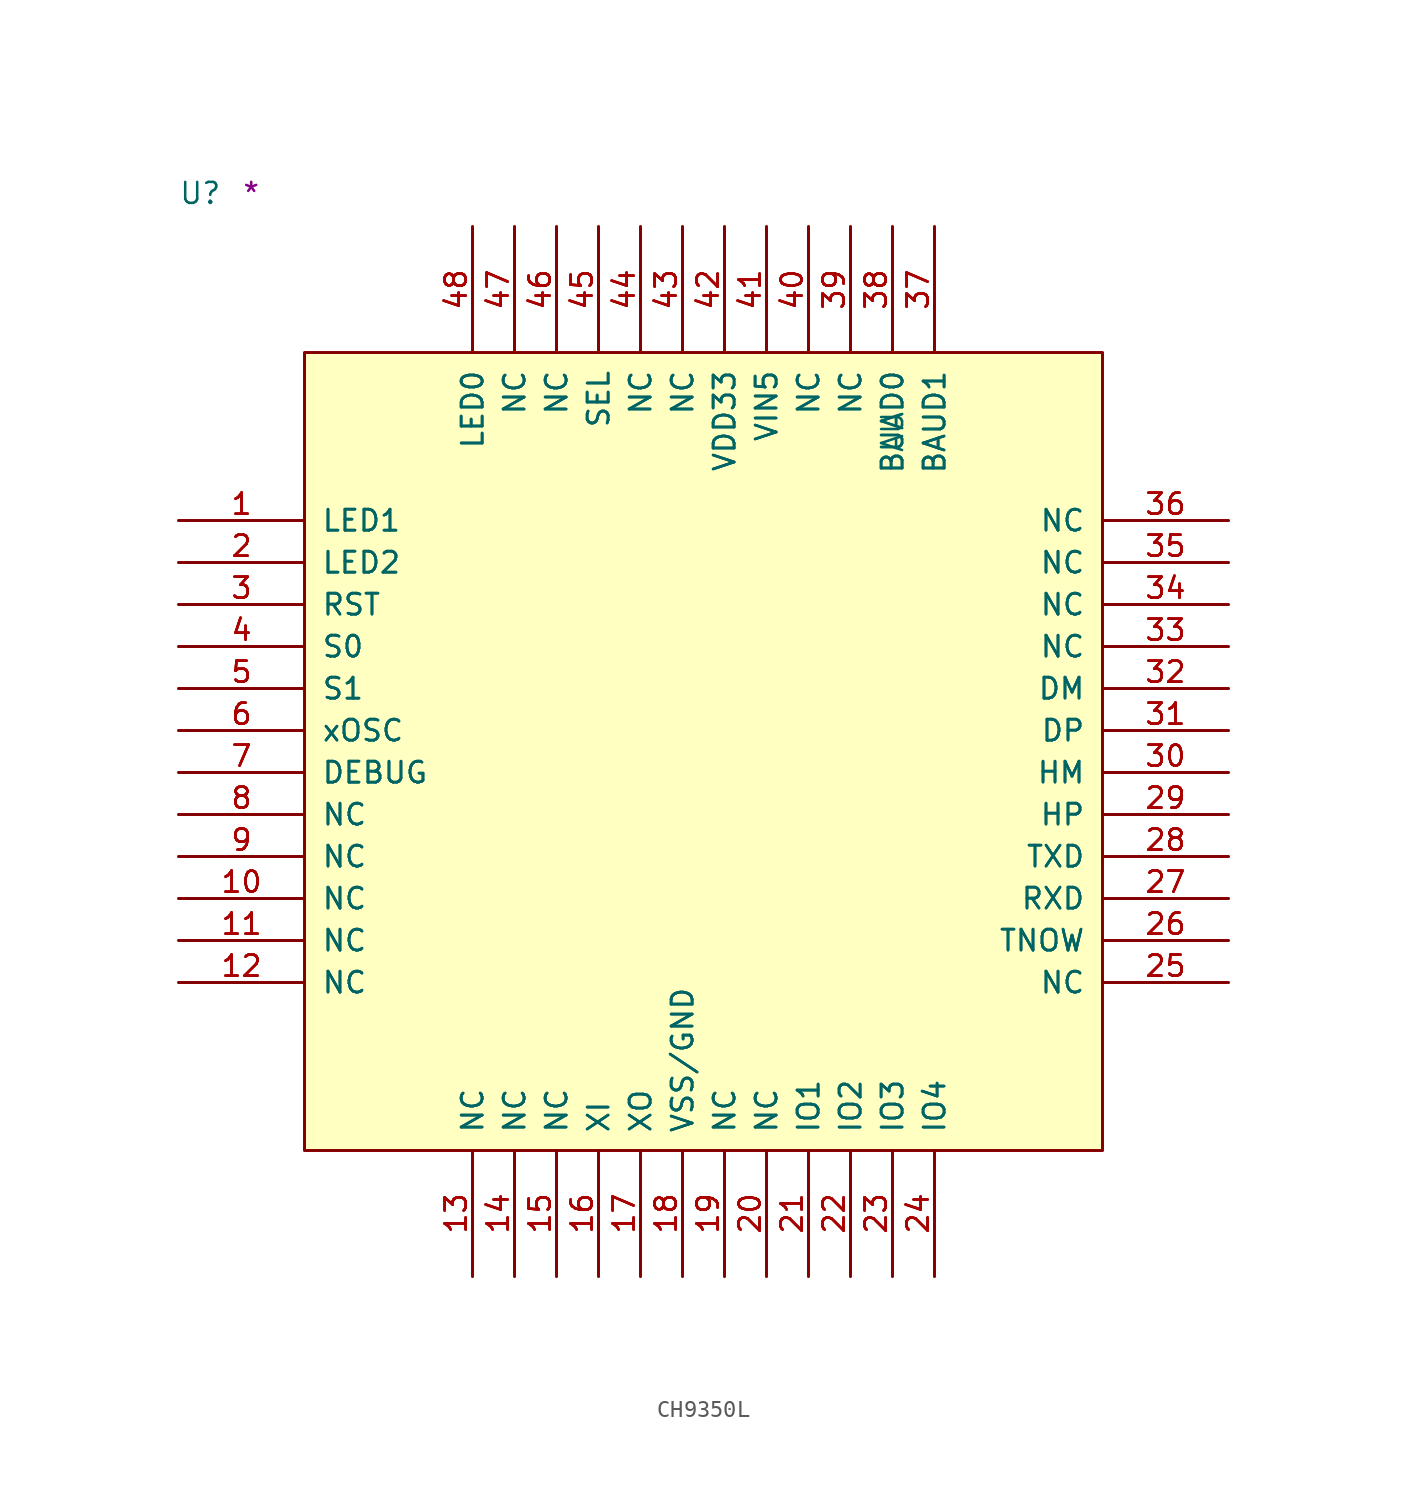
<source format=kicad_sym>
(kicad_symbol_lib
  (version 20211014)
  (generator kicad_symbol_editor)
  (symbol "CH9350L"
    (pin_names
      (offset 1.016))
    (property "Reference" "U"
      (at -7.62 8.89 0)
      (effects (font (size 1.27 1.27)) (justify left bottom)))
    (property "Comment" "*"
      (at -3.81 8.89 0)
      (effects (font (size 1.27 1.27)) (justify left bottom)))
    (symbol "CH9350L_1_1"
      (rectangle (start 0 -48.26) (end 48.26 0) (stroke (width 0) (type default) (color 0 0 0 0)) (fill (type background)))
      (rectangle (start 0 -48.26) (end 48.26 0) (stroke (width 0) (type default) (color 0 0 0 0)) (fill (type background)))
      (rectangle (start 0 -48.26) (end 48.26 0) (stroke (width 0) (type default) (color 0 0 0 0)) (fill (type background)))
      (pin bidirectional line (at -7.62 -10.16 0) (length 7.62) (name "LED1" (effects (font (size 1.27 1.27)))) (number "1" (effects (font (size 1.27 1.27)))))
      (pin bidirectional line (at -7.62 -10.16 0) (length 7.62) (name "LED1" (effects (font (size 1.27 1.27)))) (number "1" (effects (font (size 1.27 1.27)))))
      (pin bidirectional line (at -7.62 -10.16 0) (length 7.62) (name "LED1" (effects (font (size 1.27 1.27)))) (number "1" (effects (font (size 1.27 1.27)))))
      (pin bidirectional line (at -7.62 -33.02 0) (length 7.62) (name "NC" (effects (font (size 1.27 1.27)))) (number "10" (effects (font (size 1.27 1.27)))))
      (pin bidirectional line (at -7.62 -33.02 0) (length 7.62) (name "NC" (effects (font (size 1.27 1.27)))) (number "10" (effects (font (size 1.27 1.27)))))
      (pin bidirectional line (at -7.62 -33.02 0) (length 7.62) (name "NC" (effects (font (size 1.27 1.27)))) (number "10" (effects (font (size 1.27 1.27)))))
      (pin bidirectional line (at -7.62 -35.56 0) (length 7.62) (name "NC" (effects (font (size 1.27 1.27)))) (number "11" (effects (font (size 1.27 1.27)))))
      (pin bidirectional line (at -7.62 -35.56 0) (length 7.62) (name "NC" (effects (font (size 1.27 1.27)))) (number "11" (effects (font (size 1.27 1.27)))))
      (pin bidirectional line (at -7.62 -35.56 0) (length 7.62) (name "NC" (effects (font (size 1.27 1.27)))) (number "11" (effects (font (size 1.27 1.27)))))
      (pin bidirectional line (at -7.62 -38.1 0) (length 7.62) (name "NC" (effects (font (size 1.27 1.27)))) (number "12" (effects (font (size 1.27 1.27)))))
      (pin bidirectional line (at -7.62 -38.1 0) (length 7.62) (name "NC" (effects (font (size 1.27 1.27)))) (number "12" (effects (font (size 1.27 1.27)))))
      (pin bidirectional line (at -7.62 -38.1 0) (length 7.62) (name "NC" (effects (font (size 1.27 1.27)))) (number "12" (effects (font (size 1.27 1.27)))))
      (pin passive line (at 10.16 -55.88 90) (length 7.62) (name "NC" (effects (font (size 1.27 1.27)))) (number "13" (effects (font (size 1.27 1.27)))))
      (pin passive line (at 10.16 -55.88 90) (length 7.62) (name "NC" (effects (font (size 1.27 1.27)))) (number "13" (effects (font (size 1.27 1.27)))))
      (pin passive line (at 10.16 -55.88 90) (length 7.62) (name "NC" (effects (font (size 1.27 1.27)))) (number "13" (effects (font (size 1.27 1.27)))))
      (pin passive line (at 12.7 -55.88 90) (length 7.62) (name "NC" (effects (font (size 1.27 1.27)))) (number "14" (effects (font (size 1.27 1.27)))))
      (pin passive line (at 12.7 -55.88 90) (length 7.62) (name "NC" (effects (font (size 1.27 1.27)))) (number "14" (effects (font (size 1.27 1.27)))))
      (pin passive line (at 12.7 -55.88 90) (length 7.62) (name "NC" (effects (font (size 1.27 1.27)))) (number "14" (effects (font (size 1.27 1.27)))))
      (pin passive line (at 15.24 -55.88 90) (length 7.62) (name "NC" (effects (font (size 1.27 1.27)))) (number "15" (effects (font (size 1.27 1.27)))))
      (pin passive line (at 15.24 -55.88 90) (length 7.62) (name "NC" (effects (font (size 1.27 1.27)))) (number "15" (effects (font (size 1.27 1.27)))))
      (pin passive line (at 15.24 -55.88 90) (length 7.62) (name "NC" (effects (font (size 1.27 1.27)))) (number "15" (effects (font (size 1.27 1.27)))))
      (pin bidirectional line (at 17.78 -55.88 90) (length 7.62) (name "XI" (effects (font (size 1.27 1.27)))) (number "16" (effects (font (size 1.27 1.27)))))
      (pin bidirectional line (at 17.78 -55.88 90) (length 7.62) (name "XI" (effects (font (size 1.27 1.27)))) (number "16" (effects (font (size 1.27 1.27)))))
      (pin bidirectional line (at 17.78 -55.88 90) (length 7.62) (name "XI" (effects (font (size 1.27 1.27)))) (number "16" (effects (font (size 1.27 1.27)))))
      (pin bidirectional line (at 20.32 -55.88 90) (length 7.62) (name "XO" (effects (font (size 1.27 1.27)))) (number "17" (effects (font (size 1.27 1.27)))))
      (pin bidirectional line (at 20.32 -55.88 90) (length 7.62) (name "XO" (effects (font (size 1.27 1.27)))) (number "17" (effects (font (size 1.27 1.27)))))
      (pin bidirectional line (at 20.32 -55.88 90) (length 7.62) (name "XO" (effects (font (size 1.27 1.27)))) (number "17" (effects (font (size 1.27 1.27)))))
      (pin power_in line (at 22.86 -55.88 90) (length 7.62) (name "VSS/GND" (effects (font (size 1.27 1.27)))) (number "18" (effects (font (size 1.27 1.27)))))
      (pin power_in line (at 22.86 -55.88 90) (length 7.62) (name "VSS/GND" (effects (font (size 1.27 1.27)))) (number "18" (effects (font (size 1.27 1.27)))))
      (pin power_in line (at 22.86 -55.88 90) (length 7.62) (name "VSS/GND" (effects (font (size 1.27 1.27)))) (number "18" (effects (font (size 1.27 1.27)))))
      (pin passive line (at 25.4 -55.88 90) (length 7.62) (name "NC" (effects (font (size 1.27 1.27)))) (number "19" (effects (font (size 1.27 1.27)))))
      (pin passive line (at 25.4 -55.88 90) (length 7.62) (name "NC" (effects (font (size 1.27 1.27)))) (number "19" (effects (font (size 1.27 1.27)))))
      (pin passive line (at 25.4 -55.88 90) (length 7.62) (name "NC" (effects (font (size 1.27 1.27)))) (number "19" (effects (font (size 1.27 1.27)))))
      (pin bidirectional line (at -7.62 -12.7 0) (length 7.62) (name "LED2" (effects (font (size 1.27 1.27)))) (number "2" (effects (font (size 1.27 1.27)))))
      (pin bidirectional line (at -7.62 -12.7 0) (length 7.62) (name "LED2" (effects (font (size 1.27 1.27)))) (number "2" (effects (font (size 1.27 1.27)))))
      (pin bidirectional line (at -7.62 -12.7 0) (length 7.62) (name "LED2" (effects (font (size 1.27 1.27)))) (number "2" (effects (font (size 1.27 1.27)))))
      (pin passive line (at 27.94 -55.88 90) (length 7.62) (name "NC" (effects (font (size 1.27 1.27)))) (number "20" (effects (font (size 1.27 1.27)))))
      (pin passive line (at 27.94 -55.88 90) (length 7.62) (name "NC" (effects (font (size 1.27 1.27)))) (number "20" (effects (font (size 1.27 1.27)))))
      (pin passive line (at 27.94 -55.88 90) (length 7.62) (name "NC" (effects (font (size 1.27 1.27)))) (number "20" (effects (font (size 1.27 1.27)))))
      (pin passive line (at 30.48 -55.88 90) (length 7.62) (name "IO1" (effects (font (size 1.27 1.27)))) (number "21" (effects (font (size 1.27 1.27)))))
      (pin passive line (at 30.48 -55.88 90) (length 7.62) (name "IO1" (effects (font (size 1.27 1.27)))) (number "21" (effects (font (size 1.27 1.27)))))
      (pin passive line (at 30.48 -55.88 90) (length 7.62) (name "IO1" (effects (font (size 1.27 1.27)))) (number "21" (effects (font (size 1.27 1.27)))))
      (pin passive line (at 33.02 -55.88 90) (length 7.62) (name "IO2" (effects (font (size 1.27 1.27)))) (number "22" (effects (font (size 1.27 1.27)))))
      (pin passive line (at 33.02 -55.88 90) (length 7.62) (name "IO2" (effects (font (size 1.27 1.27)))) (number "22" (effects (font (size 1.27 1.27)))))
      (pin passive line (at 33.02 -55.88 90) (length 7.62) (name "IO2" (effects (font (size 1.27 1.27)))) (number "22" (effects (font (size 1.27 1.27)))))
      (pin passive line (at 35.56 -55.88 90) (length 7.62) (name "IO3" (effects (font (size 1.27 1.27)))) (number "23" (effects (font (size 1.27 1.27)))))
      (pin passive line (at 35.56 -55.88 90) (length 7.62) (name "IO3" (effects (font (size 1.27 1.27)))) (number "23" (effects (font (size 1.27 1.27)))))
      (pin passive line (at 35.56 -55.88 90) (length 7.62) (name "IO3" (effects (font (size 1.27 1.27)))) (number "23" (effects (font (size 1.27 1.27)))))
      (pin passive line (at 38.1 -55.88 90) (length 7.62) (name "IO4" (effects (font (size 1.27 1.27)))) (number "24" (effects (font (size 1.27 1.27)))))
      (pin passive line (at 38.1 -55.88 90) (length 7.62) (name "IO4" (effects (font (size 1.27 1.27)))) (number "24" (effects (font (size 1.27 1.27)))))
      (pin passive line (at 38.1 -55.88 90) (length 7.62) (name "IO4" (effects (font (size 1.27 1.27)))) (number "24" (effects (font (size 1.27 1.27)))))
      (pin passive line (at 55.88 -38.1 180) (length 7.62) (name "NC" (effects (font (size 1.27 1.27)))) (number "25" (effects (font (size 1.27 1.27)))))
      (pin passive line (at 55.88 -38.1 180) (length 7.62) (name "NC" (effects (font (size 1.27 1.27)))) (number "25" (effects (font (size 1.27 1.27)))))
      (pin passive line (at 55.88 -38.1 180) (length 7.62) (name "NC" (effects (font (size 1.27 1.27)))) (number "25" (effects (font (size 1.27 1.27)))))
      (pin bidirectional line (at 55.88 -35.56 180) (length 7.62) (name "TNOW" (effects (font (size 1.27 1.27)))) (number "26" (effects (font (size 1.27 1.27)))))
      (pin bidirectional line (at 55.88 -35.56 180) (length 7.62) (name "TNOW" (effects (font (size 1.27 1.27)))) (number "26" (effects (font (size 1.27 1.27)))))
      (pin bidirectional line (at 55.88 -35.56 180) (length 7.62) (name "TNOW" (effects (font (size 1.27 1.27)))) (number "26" (effects (font (size 1.27 1.27)))))
      (pin bidirectional line (at 55.88 -33.02 180) (length 7.62) (name "RXD" (effects (font (size 1.27 1.27)))) (number "27" (effects (font (size 1.27 1.27)))))
      (pin bidirectional line (at 55.88 -33.02 180) (length 7.62) (name "RXD" (effects (font (size 1.27 1.27)))) (number "27" (effects (font (size 1.27 1.27)))))
      (pin bidirectional line (at 55.88 -33.02 180) (length 7.62) (name "RXD" (effects (font (size 1.27 1.27)))) (number "27" (effects (font (size 1.27 1.27)))))
      (pin bidirectional line (at 55.88 -30.48 180) (length 7.62) (name "TXD" (effects (font (size 1.27 1.27)))) (number "28" (effects (font (size 1.27 1.27)))))
      (pin bidirectional line (at 55.88 -30.48 180) (length 7.62) (name "TXD" (effects (font (size 1.27 1.27)))) (number "28" (effects (font (size 1.27 1.27)))))
      (pin bidirectional line (at 55.88 -30.48 180) (length 7.62) (name "TXD" (effects (font (size 1.27 1.27)))) (number "28" (effects (font (size 1.27 1.27)))))
      (pin bidirectional line (at 55.88 -27.94 180) (length 7.62) (name "HP" (effects (font (size 1.27 1.27)))) (number "29" (effects (font (size 1.27 1.27)))))
      (pin bidirectional line (at 55.88 -27.94 180) (length 7.62) (name "HP" (effects (font (size 1.27 1.27)))) (number "29" (effects (font (size 1.27 1.27)))))
      (pin bidirectional line (at 55.88 -27.94 180) (length 7.62) (name "HP" (effects (font (size 1.27 1.27)))) (number "29" (effects (font (size 1.27 1.27)))))
      (pin input line (at -7.62 -15.24 0) (length 7.62) (name "RST" (effects (font (size 1.27 1.27)))) (number "3" (effects (font (size 1.27 1.27)))))
      (pin input line (at -7.62 -15.24 0) (length 7.62) (name "RST" (effects (font (size 1.27 1.27)))) (number "3" (effects (font (size 1.27 1.27)))))
      (pin input line (at -7.62 -15.24 0) (length 7.62) (name "RST" (effects (font (size 1.27 1.27)))) (number "3" (effects (font (size 1.27 1.27)))))
      (pin bidirectional line (at 55.88 -25.4 180) (length 7.62) (name "HM" (effects (font (size 1.27 1.27)))) (number "30" (effects (font (size 1.27 1.27)))))
      (pin bidirectional line (at 55.88 -25.4 180) (length 7.62) (name "HM" (effects (font (size 1.27 1.27)))) (number "30" (effects (font (size 1.27 1.27)))))
      (pin bidirectional line (at 55.88 -25.4 180) (length 7.62) (name "HM" (effects (font (size 1.27 1.27)))) (number "30" (effects (font (size 1.27 1.27)))))
      (pin bidirectional line (at 55.88 -22.86 180) (length 7.62) (name "DP" (effects (font (size 1.27 1.27)))) (number "31" (effects (font (size 1.27 1.27)))))
      (pin bidirectional line (at 55.88 -22.86 180) (length 7.62) (name "DP" (effects (font (size 1.27 1.27)))) (number "31" (effects (font (size 1.27 1.27)))))
      (pin bidirectional line (at 55.88 -22.86 180) (length 7.62) (name "DP" (effects (font (size 1.27 1.27)))) (number "31" (effects (font (size 1.27 1.27)))))
      (pin bidirectional line (at 55.88 -20.32 180) (length 7.62) (name "DM" (effects (font (size 1.27 1.27)))) (number "32" (effects (font (size 1.27 1.27)))))
      (pin bidirectional line (at 55.88 -20.32 180) (length 7.62) (name "DM" (effects (font (size 1.27 1.27)))) (number "32" (effects (font (size 1.27 1.27)))))
      (pin bidirectional line (at 55.88 -20.32 180) (length 7.62) (name "DM" (effects (font (size 1.27 1.27)))) (number "32" (effects (font (size 1.27 1.27)))))
      (pin passive line (at 55.88 -17.78 180) (length 7.62) (name "NC" (effects (font (size 1.27 1.27)))) (number "33" (effects (font (size 1.27 1.27)))))
      (pin passive line (at 55.88 -17.78 180) (length 7.62) (name "NC" (effects (font (size 1.27 1.27)))) (number "33" (effects (font (size 1.27 1.27)))))
      (pin passive line (at 55.88 -17.78 180) (length 7.62) (name "NC" (effects (font (size 1.27 1.27)))) (number "33" (effects (font (size 1.27 1.27)))))
      (pin passive line (at 55.88 -15.24 180) (length 7.62) (name "NC" (effects (font (size 1.27 1.27)))) (number "34" (effects (font (size 1.27 1.27)))))
      (pin passive line (at 55.88 -15.24 180) (length 7.62) (name "NC" (effects (font (size 1.27 1.27)))) (number "34" (effects (font (size 1.27 1.27)))))
      (pin passive line (at 55.88 -15.24 180) (length 7.62) (name "NC" (effects (font (size 1.27 1.27)))) (number "34" (effects (font (size 1.27 1.27)))))
      (pin passive line (at 55.88 -12.7 180) (length 7.62) (name "NC" (effects (font (size 1.27 1.27)))) (number "35" (effects (font (size 1.27 1.27)))))
      (pin passive line (at 55.88 -12.7 180) (length 7.62) (name "NC" (effects (font (size 1.27 1.27)))) (number "35" (effects (font (size 1.27 1.27)))))
      (pin passive line (at 55.88 -12.7 180) (length 7.62) (name "NC" (effects (font (size 1.27 1.27)))) (number "35" (effects (font (size 1.27 1.27)))))
      (pin passive line (at 55.88 -10.16 180) (length 7.62) (name "NC" (effects (font (size 1.27 1.27)))) (number "36" (effects (font (size 1.27 1.27)))))
      (pin passive line (at 55.88 -10.16 180) (length 7.62) (name "NC" (effects (font (size 1.27 1.27)))) (number "36" (effects (font (size 1.27 1.27)))))
      (pin passive line (at 55.88 -10.16 180) (length 7.62) (name "NC" (effects (font (size 1.27 1.27)))) (number "36" (effects (font (size 1.27 1.27)))))
      (pin bidirectional line (at 38.1 7.62 270) (length 7.62) (name "BAUD1" (effects (font (size 1.27 1.27)))) (number "37" (effects (font (size 1.27 1.27)))))
      (pin bidirectional line (at 38.1 7.62 270) (length 7.62) (name "BAUD1" (effects (font (size 1.27 1.27)))) (number "37" (effects (font (size 1.27 1.27)))))
      (pin bidirectional line (at 38.1 7.62 270) (length 7.62) (name "BAUD1" (effects (font (size 1.27 1.27)))) (number "37" (effects (font (size 1.27 1.27)))))
      (pin bidirectional line (at 35.56 7.62 270) (length 7.62) (name "BAUD0" (effects (font (size 1.27 1.27)))) (number "38" (effects (font (size 1.27 1.27)))))
      (pin bidirectional line (at 35.56 7.62 270) (length 7.62) (name "BUAD0" (effects (font (size 1.27 1.27)))) (number "38" (effects (font (size 1.27 1.27)))))
      (pin bidirectional line (at 35.56 7.62 270) (length 7.62) (name "BUAD0" (effects (font (size 1.27 1.27)))) (number "38" (effects (font (size 1.27 1.27)))))
      (pin passive line (at 33.02 7.62 270) (length 7.62) (name "NC" (effects (font (size 1.27 1.27)))) (number "39" (effects (font (size 1.27 1.27)))))
      (pin passive line (at 33.02 7.62 270) (length 7.62) (name "NC" (effects (font (size 1.27 1.27)))) (number "39" (effects (font (size 1.27 1.27)))))
      (pin passive line (at 33.02 7.62 270) (length 7.62) (name "NC" (effects (font (size 1.27 1.27)))) (number "39" (effects (font (size 1.27 1.27)))))
      (pin bidirectional line (at -7.62 -17.78 0) (length 7.62) (name "S0" (effects (font (size 1.27 1.27)))) (number "4" (effects (font (size 1.27 1.27)))))
      (pin bidirectional line (at -7.62 -17.78 0) (length 7.62) (name "S0" (effects (font (size 1.27 1.27)))) (number "4" (effects (font (size 1.27 1.27)))))
      (pin bidirectional line (at -7.62 -17.78 0) (length 7.62) (name "S0" (effects (font (size 1.27 1.27)))) (number "4" (effects (font (size 1.27 1.27)))))
      (pin passive line (at 30.48 7.62 270) (length 7.62) (name "NC" (effects (font (size 1.27 1.27)))) (number "40" (effects (font (size 1.27 1.27)))))
      (pin passive line (at 30.48 7.62 270) (length 7.62) (name "NC" (effects (font (size 1.27 1.27)))) (number "40" (effects (font (size 1.27 1.27)))))
      (pin passive line (at 30.48 7.62 270) (length 7.62) (name "NC" (effects (font (size 1.27 1.27)))) (number "40" (effects (font (size 1.27 1.27)))))
      (pin power_in line (at 27.94 7.62 270) (length 7.62) (name "VIN5" (effects (font (size 1.27 1.27)))) (number "41" (effects (font (size 1.27 1.27)))))
      (pin power_in line (at 27.94 7.62 270) (length 7.62) (name "VIN5" (effects (font (size 1.27 1.27)))) (number "41" (effects (font (size 1.27 1.27)))))
      (pin power_in line (at 27.94 7.62 270) (length 7.62) (name "VIN5" (effects (font (size 1.27 1.27)))) (number "41" (effects (font (size 1.27 1.27)))))
      (pin power_in line (at 25.4 7.62 270) (length 7.62) (name "VDD33" (effects (font (size 1.27 1.27)))) (number "42" (effects (font (size 1.27 1.27)))))
      (pin power_in line (at 25.4 7.62 270) (length 7.62) (name "VDD33" (effects (font (size 1.27 1.27)))) (number "42" (effects (font (size 1.27 1.27)))))
      (pin power_in line (at 25.4 7.62 270) (length 7.62) (name "VDD33" (effects (font (size 1.27 1.27)))) (number "42" (effects (font (size 1.27 1.27)))))
      (pin passive line (at 22.86 7.62 270) (length 7.62) (name "NC" (effects (font (size 1.27 1.27)))) (number "43" (effects (font (size 1.27 1.27)))))
      (pin passive line (at 22.86 7.62 270) (length 7.62) (name "NC" (effects (font (size 1.27 1.27)))) (number "43" (effects (font (size 1.27 1.27)))))
      (pin passive line (at 22.86 7.62 270) (length 7.62) (name "NC" (effects (font (size 1.27 1.27)))) (number "43" (effects (font (size 1.27 1.27)))))
      (pin passive line (at 20.32 7.62 270) (length 7.62) (name "NC" (effects (font (size 1.27 1.27)))) (number "44" (effects (font (size 1.27 1.27)))))
      (pin passive line (at 20.32 7.62 270) (length 7.62) (name "NC" (effects (font (size 1.27 1.27)))) (number "44" (effects (font (size 1.27 1.27)))))
      (pin passive line (at 20.32 7.62 270) (length 7.62) (name "NC" (effects (font (size 1.27 1.27)))) (number "44" (effects (font (size 1.27 1.27)))))
      (pin bidirectional line (at 17.78 7.62 270) (length 7.62) (name "SEL" (effects (font (size 1.27 1.27)))) (number "45" (effects (font (size 1.27 1.27)))))
      (pin bidirectional line (at 17.78 7.62 270) (length 7.62) (name "SEL" (effects (font (size 1.27 1.27)))) (number "45" (effects (font (size 1.27 1.27)))))
      (pin bidirectional line (at 17.78 7.62 270) (length 7.62) (name "SEL" (effects (font (size 1.27 1.27)))) (number "45" (effects (font (size 1.27 1.27)))))
      (pin passive line (at 15.24 7.62 270) (length 7.62) (name "NC" (effects (font (size 1.27 1.27)))) (number "46" (effects (font (size 1.27 1.27)))))
      (pin passive line (at 15.24 7.62 270) (length 7.62) (name "NC" (effects (font (size 1.27 1.27)))) (number "46" (effects (font (size 1.27 1.27)))))
      (pin passive line (at 15.24 7.62 270) (length 7.62) (name "NC" (effects (font (size 1.27 1.27)))) (number "46" (effects (font (size 1.27 1.27)))))
      (pin passive line (at 12.7 7.62 270) (length 7.62) (name "NC" (effects (font (size 1.27 1.27)))) (number "47" (effects (font (size 1.27 1.27)))))
      (pin passive line (at 12.7 7.62 270) (length 7.62) (name "NC" (effects (font (size 1.27 1.27)))) (number "47" (effects (font (size 1.27 1.27)))))
      (pin passive line (at 12.7 7.62 270) (length 7.62) (name "NC" (effects (font (size 1.27 1.27)))) (number "47" (effects (font (size 1.27 1.27)))))
      (pin bidirectional line (at 10.16 7.62 270) (length 7.62) (name "LED0" (effects (font (size 1.27 1.27)))) (number "48" (effects (font (size 1.27 1.27)))))
      (pin bidirectional line (at 10.16 7.62 270) (length 7.62) (name "LED0" (effects (font (size 1.27 1.27)))) (number "48" (effects (font (size 1.27 1.27)))))
      (pin bidirectional line (at 10.16 7.62 270) (length 7.62) (name "LED0" (effects (font (size 1.27 1.27)))) (number "48" (effects (font (size 1.27 1.27)))))
      (pin bidirectional line (at -7.62 -20.32 0) (length 7.62) (name "S1" (effects (font (size 1.27 1.27)))) (number "5" (effects (font (size 1.27 1.27)))))
      (pin bidirectional line (at -7.62 -20.32 0) (length 7.62) (name "S1" (effects (font (size 1.27 1.27)))) (number "5" (effects (font (size 1.27 1.27)))))
      (pin bidirectional line (at -7.62 -20.32 0) (length 7.62) (name "S1" (effects (font (size 1.27 1.27)))) (number "5" (effects (font (size 1.27 1.27)))))
      (pin bidirectional line (at -7.62 -22.86 0) (length 7.62) (name "xOSC" (effects (font (size 1.27 1.27)))) (number "6" (effects (font (size 1.27 1.27)))))
      (pin bidirectional line (at -7.62 -22.86 0) (length 7.62) (name "xOSC" (effects (font (size 1.27 1.27)))) (number "6" (effects (font (size 1.27 1.27)))))
      (pin bidirectional line (at -7.62 -22.86 0) (length 7.62) (name "xOSC" (effects (font (size 1.27 1.27)))) (number "6" (effects (font (size 1.27 1.27)))))
      (pin bidirectional line (at -7.62 -25.4 0) (length 7.62) (name "DEBUG" (effects (font (size 1.27 1.27)))) (number "7" (effects (font (size 1.27 1.27)))))
      (pin bidirectional line (at -7.62 -25.4 0) (length 7.62) (name "DEBUG" (effects (font (size 1.27 1.27)))) (number "7" (effects (font (size 1.27 1.27)))))
      (pin bidirectional line (at -7.62 -25.4 0) (length 7.62) (name "DEBUG" (effects (font (size 1.27 1.27)))) (number "7" (effects (font (size 1.27 1.27)))))
      (pin bidirectional line (at -7.62 -27.94 0) (length 7.62) (name "NC" (effects (font (size 1.27 1.27)))) (number "8" (effects (font (size 1.27 1.27)))))
      (pin bidirectional line (at -7.62 -27.94 0) (length 7.62) (name "NC" (effects (font (size 1.27 1.27)))) (number "8" (effects (font (size 1.27 1.27)))))
      (pin bidirectional line (at -7.62 -27.94 0) (length 7.62) (name "NC" (effects (font (size 1.27 1.27)))) (number "8" (effects (font (size 1.27 1.27)))))
      (pin bidirectional line (at -7.62 -30.48 0) (length 7.62) (name "NC" (effects (font (size 1.27 1.27)))) (number "9" (effects (font (size 1.27 1.27)))))
      (pin bidirectional line (at -7.62 -30.48 0) (length 7.62) (name "NC" (effects (font (size 1.27 1.27)))) (number "9" (effects (font (size 1.27 1.27)))))
      (pin bidirectional line (at -7.62 -30.48 0) (length 7.62) (name "NC" (effects (font (size 1.27 1.27)))) (number "9" (effects (font (size 1.27 1.27))))))))
</source>
